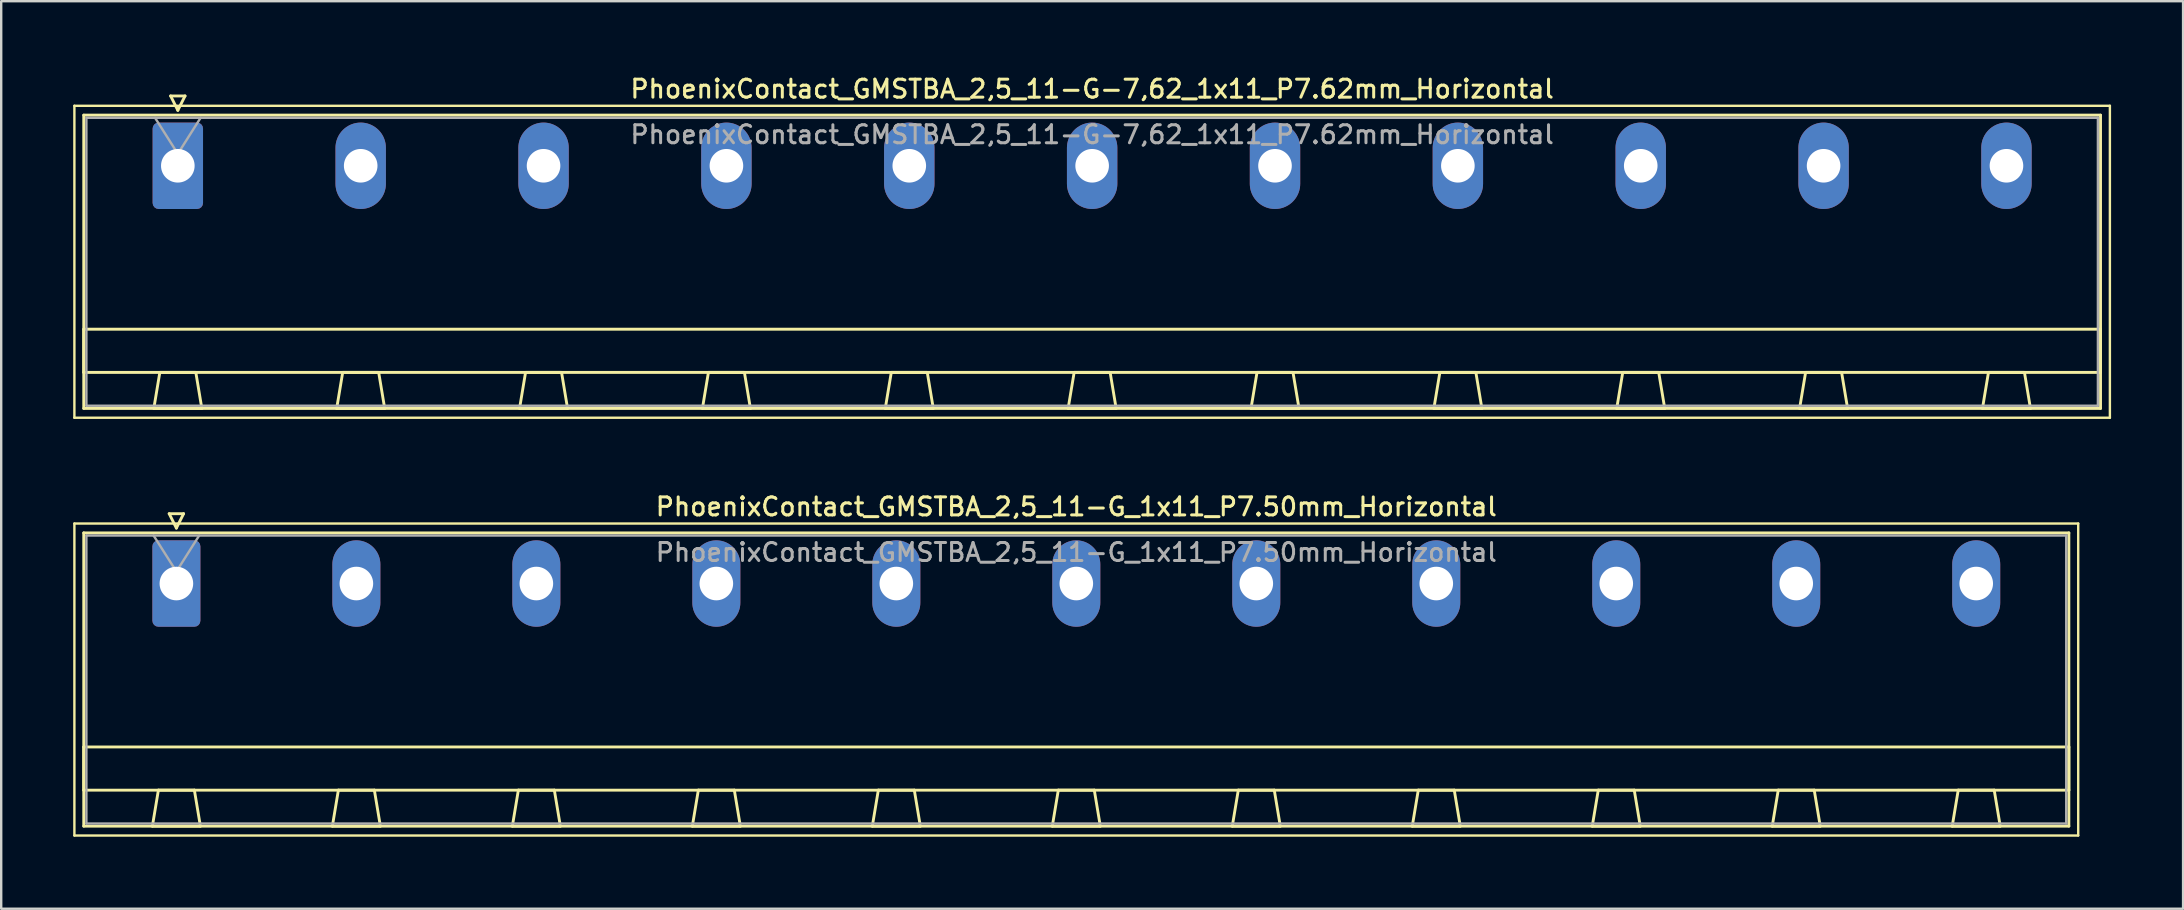
<source format=kicad_pcb>
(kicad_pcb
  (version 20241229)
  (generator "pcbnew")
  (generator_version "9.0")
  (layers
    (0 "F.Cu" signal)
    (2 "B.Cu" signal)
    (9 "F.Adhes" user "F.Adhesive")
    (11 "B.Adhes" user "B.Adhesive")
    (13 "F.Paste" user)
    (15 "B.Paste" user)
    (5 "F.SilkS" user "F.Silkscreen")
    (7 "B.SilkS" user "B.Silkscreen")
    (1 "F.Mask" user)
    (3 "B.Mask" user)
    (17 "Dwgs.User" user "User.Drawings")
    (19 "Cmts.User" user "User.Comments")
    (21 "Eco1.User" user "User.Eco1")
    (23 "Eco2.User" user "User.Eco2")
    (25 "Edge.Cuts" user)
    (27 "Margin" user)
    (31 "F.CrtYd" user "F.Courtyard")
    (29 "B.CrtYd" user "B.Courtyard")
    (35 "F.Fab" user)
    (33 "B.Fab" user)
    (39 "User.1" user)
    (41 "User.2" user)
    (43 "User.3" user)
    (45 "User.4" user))
  (footprint "PhoenixContact_GMSTBA_2,5_11-G_1x11_P7.50mm_Horizontal"
    (layer "F.Cu")
    (at 4.3 21.266)
    (property "Reference" "PhoenixContact_GMSTBA_2,5_11-G_1x11_P7.50mm_Horizontal" (at 37.5 -3.2 0) (layer "F.SilkS") (effects (font (size 0.75 0.75) (thickness 0.125))))
    (attr through_hole)
    (fp_line (start -4.25 -2.5) (end -4.25 10.5) (stroke (width 0.1) (type solid)) (layer "F.SilkS"))
    (fp_line (start -4.25 10.5) (end 79.25 10.5) (stroke (width 0.1) (type solid)) (layer "F.SilkS"))
    (fp_line (start -3.86 -2.11) (end -3.86 10.11) (stroke (width 0.12) (type solid)) (layer "F.SilkS"))
    (fp_line (start -3.86 6.81) (end 78.86 6.81) (stroke (width 0.12) (type solid)) (layer "F.SilkS"))
    (fp_line (start -3.86 8.61) (end -3.86 6.81) (stroke (width 0.12) (type solid)) (layer "F.SilkS"))
    (fp_line (start -3.86 10.11) (end 78.86 10.11) (stroke (width 0.12) (type solid)) (layer "F.SilkS"))
    (fp_line (start -1 10.11) (end 1 10.11) (stroke (width 0.12) (type solid)) (layer "F.SilkS"))
    (fp_line (start -0.75 8.61) (end -1 10.11) (stroke (width 0.12) (type solid)) (layer "F.SilkS"))
    (fp_line (start -0.3 -2.91) (end 0.3 -2.91) (stroke (width 0.12) (type solid)) (layer "F.SilkS"))
    (fp_line (start 0 -2.31) (end -0.3 -2.91) (stroke (width 0.12) (type solid)) (layer "F.SilkS"))
    (fp_line (start 0.3 -2.91) (end 0 -2.31) (stroke (width 0.12) (type solid)) (layer "F.SilkS"))
    (fp_line (start 0.75 8.61) (end -0.75 8.61) (stroke (width 0.12) (type solid)) (layer "F.SilkS"))
    (fp_line (start 1 10.11) (end 0.75 8.61) (stroke (width 0.12) (type solid)) (layer "F.SilkS"))
    (fp_line (start 6.5 10.11) (end 8.5 10.11) (stroke (width 0.12) (type solid)) (layer "F.SilkS"))
    (fp_line (start 6.75 8.61) (end 6.5 10.11) (stroke (width 0.12) (type solid)) (layer "F.SilkS"))
    (fp_line (start 8.25 8.61) (end 6.75 8.61) (stroke (width 0.12) (type solid)) (layer "F.SilkS"))
    (fp_line (start 8.5 10.11) (end 8.25 8.61) (stroke (width 0.12) (type solid)) (layer "F.SilkS"))
    (fp_line (start 14 10.11) (end 16 10.11) (stroke (width 0.12) (type solid)) (layer "F.SilkS"))
    (fp_line (start 14.25 8.61) (end 14 10.11) (stroke (width 0.12) (type solid)) (layer "F.SilkS"))
    (fp_line (start 15.75 8.61) (end 14.25 8.61) (stroke (width 0.12) (type solid)) (layer "F.SilkS"))
    (fp_line (start 16 10.11) (end 15.75 8.61) (stroke (width 0.12) (type solid)) (layer "F.SilkS"))
    (fp_line (start 21.5 10.11) (end 23.5 10.11) (stroke (width 0.12) (type solid)) (layer "F.SilkS"))
    (fp_line (start 21.75 8.61) (end 21.5 10.11) (stroke (width 0.12) (type solid)) (layer "F.SilkS"))
    (fp_line (start 23.25 8.61) (end 21.75 8.61) (stroke (width 0.12) (type solid)) (layer "F.SilkS"))
    (fp_line (start 23.5 10.11) (end 23.25 8.61) (stroke (width 0.12) (type solid)) (layer "F.SilkS"))
    (fp_line (start 29 10.11) (end 31 10.11) (stroke (width 0.12) (type solid)) (layer "F.SilkS"))
    (fp_line (start 29.25 8.61) (end 29 10.11) (stroke (width 0.12) (type solid)) (layer "F.SilkS"))
    (fp_line (start 30.75 8.61) (end 29.25 8.61) (stroke (width 0.12) (type solid)) (layer "F.SilkS"))
    (fp_line (start 31 10.11) (end 30.75 8.61) (stroke (width 0.12) (type solid)) (layer "F.SilkS"))
    (fp_line (start 36.5 10.11) (end 38.5 10.11) (stroke (width 0.12) (type solid)) (layer "F.SilkS"))
    (fp_line (start 36.75 8.61) (end 36.5 10.11) (stroke (width 0.12) (type solid)) (layer "F.SilkS"))
    (fp_line (start 38.25 8.61) (end 36.75 8.61) (stroke (width 0.12) (type solid)) (layer "F.SilkS"))
    (fp_line (start 38.5 10.11) (end 38.25 8.61) (stroke (width 0.12) (type solid)) (layer "F.SilkS"))
    (fp_line (start 44 10.11) (end 46 10.11) (stroke (width 0.12) (type solid)) (layer "F.SilkS"))
    (fp_line (start 44.25 8.61) (end 44 10.11) (stroke (width 0.12) (type solid)) (layer "F.SilkS"))
    (fp_line (start 45.75 8.61) (end 44.25 8.61) (stroke (width 0.12) (type solid)) (layer "F.SilkS"))
    (fp_line (start 46 10.11) (end 45.75 8.61) (stroke (width 0.12) (type solid)) (layer "F.SilkS"))
    (fp_line (start 51.5 10.11) (end 53.5 10.11) (stroke (width 0.12) (type solid)) (layer "F.SilkS"))
    (fp_line (start 51.75 8.61) (end 51.5 10.11) (stroke (width 0.12) (type solid)) (layer "F.SilkS"))
    (fp_line (start 53.25 8.61) (end 51.75 8.61) (stroke (width 0.12) (type solid)) (layer "F.SilkS"))
    (fp_line (start 53.5 10.11) (end 53.25 8.61) (stroke (width 0.12) (type solid)) (layer "F.SilkS"))
    (fp_line (start 59 10.11) (end 61 10.11) (stroke (width 0.12) (type solid)) (layer "F.SilkS"))
    (fp_line (start 59.25 8.61) (end 59 10.11) (stroke (width 0.12) (type solid)) (layer "F.SilkS"))
    (fp_line (start 60.75 8.61) (end 59.25 8.61) (stroke (width 0.12) (type solid)) (layer "F.SilkS"))
    (fp_line (start 61 10.11) (end 60.75 8.61) (stroke (width 0.12) (type solid)) (layer "F.SilkS"))
    (fp_line (start 66.5 10.11) (end 68.5 10.11) (stroke (width 0.12) (type solid)) (layer "F.SilkS"))
    (fp_line (start 66.75 8.61) (end 66.5 10.11) (stroke (width 0.12) (type solid)) (layer "F.SilkS"))
    (fp_line (start 68.25 8.61) (end 66.75 8.61) (stroke (width 0.12) (type solid)) (layer "F.SilkS"))
    (fp_line (start 68.5 10.11) (end 68.25 8.61) (stroke (width 0.12) (type solid)) (layer "F.SilkS"))
    (fp_line (start 74 10.11) (end 76 10.11) (stroke (width 0.12) (type solid)) (layer "F.SilkS"))
    (fp_line (start 74.25 8.61) (end 74 10.11) (stroke (width 0.12) (type solid)) (layer "F.SilkS"))
    (fp_line (start 75.75 8.61) (end 74.25 8.61) (stroke (width 0.12) (type solid)) (layer "F.SilkS"))
    (fp_line (start 76 10.11) (end 75.75 8.61) (stroke (width 0.12) (type solid)) (layer "F.SilkS"))
    (fp_line (start 78.86 -2.11) (end -3.86 -2.11) (stroke (width 0.12) (type solid)) (layer "F.SilkS"))
    (fp_line (start 78.86 6.81) (end 78.86 8.61) (stroke (width 0.12) (type solid)) (layer "F.SilkS"))
    (fp_line (start 78.86 8.61) (end -3.86 8.61) (stroke (width 0.12) (type solid)) (layer "F.SilkS"))
    (fp_line (start 78.86 10.11) (end 78.86 -2.11) (stroke (width 0.12) (type solid)) (layer "F.SilkS"))
    (fp_line (start 79.25 -2.5) (end -4.25 -2.5) (stroke (width 0.1) (type solid)) (layer "F.SilkS"))
    (fp_line (start 79.25 10.5) (end 79.25 -2.5) (stroke (width 0.1) (type solid)) (layer "F.SilkS"))
    (fp_line (start -3.75 -2) (end -3.75 10) (stroke (width 0.1) (type solid)) (layer "F.Fab"))
    (fp_line (start -3.75 10) (end 78.75 10) (stroke (width 0.1) (type solid)) (layer "F.Fab"))
    (fp_line (start 0 -0.5) (end -0.95 -2) (stroke (width 0.1) (type solid)) (layer "F.Fab"))
    (fp_line (start 0.95 -2) (end 0 -0.5) (stroke (width 0.1) (type solid)) (layer "F.Fab"))
    (fp_line (start 78.75 -2) (end -3.75 -2) (stroke (width 0.1) (type solid)) (layer "F.Fab"))
    (fp_line (start 78.75 10) (end 78.75 -2) (stroke (width 0.1) (type solid)) (layer "F.Fab"))
    (fp_text user "${REFERENCE}" (at 37.5 -1.3 0) (layer "F.Fab") (effects (font (size 0.75 0.75) (thickness 0.125))))
    (pad "1" thru_hole roundrect (at 0 0) (size 2 3.6) (drill 1.4) (layers "*.Cu" "*.Mask") (roundrect_rratio 0.125))
    (pad "2" thru_hole oval (at 7.5 0) (size 2 3.6) (drill 1.4) (layers "*.Cu" "*.Mask"))
    (pad "3" thru_hole oval (at 15 0) (size 2 3.6) (drill 1.4) (layers "*.Cu" "*.Mask"))
    (pad "4" thru_hole oval (at 22.5 0) (size 2 3.6) (drill 1.4) (layers "*.Cu" "*.Mask"))
    (pad "5" thru_hole oval (at 30 0) (size 2 3.6) (drill 1.4) (layers "*.Cu" "*.Mask"))
    (pad "6" thru_hole oval (at 37.5 0) (size 2 3.6) (drill 1.4) (layers "*.Cu" "*.Mask"))
    (pad "7" thru_hole oval (at 45 0) (size 2 3.6) (drill 1.4) (layers "*.Cu" "*.Mask"))
    (pad "8" thru_hole oval (at 52.5 0) (size 2 3.6) (drill 1.4) (layers "*.Cu" "*.Mask"))
    (pad "9" thru_hole oval (at 60 0) (size 2 3.6) (drill 1.4) (layers "*.Cu" "*.Mask"))
    (pad "10" thru_hole oval (at 67.5 0) (size 2 3.6) (drill 1.4) (layers "*.Cu" "*.Mask"))
    (pad "11" thru_hole oval (at 75 0) (size 2 3.6) (drill 1.4) (layers "*.Cu" "*.Mask")))
  (footprint "PhoenixContact_GMSTBA_2,5_11-G-7,62_1x11_P7.62mm_Horizontal"
    (layer "F.Cu")
    (at 4.36 3.858)
    (property "Reference" "PhoenixContact_GMSTBA_2,5_11-G-7,62_1x11_P7.62mm_Horizontal" (at 38.1 -3.2 0) (layer "F.SilkS") (effects (font (size 0.75 0.75) (thickness 0.125))))
    (attr through_hole)
    (fp_line (start -4.31 -2.5) (end -4.31 10.5) (stroke (width 0.1) (type solid)) (layer "F.SilkS"))
    (fp_line (start -4.31 10.5) (end 80.51 10.5) (stroke (width 0.1) (type solid)) (layer "F.SilkS"))
    (fp_line (start -3.92 -2.11) (end -3.92 10.11) (stroke (width 0.12) (type solid)) (layer "F.SilkS"))
    (fp_line (start -3.92 6.81) (end 80.12 6.81) (stroke (width 0.12) (type solid)) (layer "F.SilkS"))
    (fp_line (start -3.92 8.61) (end -3.92 6.81) (stroke (width 0.12) (type solid)) (layer "F.SilkS"))
    (fp_line (start -3.92 10.11) (end 80.12 10.11) (stroke (width 0.12) (type solid)) (layer "F.SilkS"))
    (fp_line (start -1 10.11) (end 1 10.11) (stroke (width 0.12) (type solid)) (layer "F.SilkS"))
    (fp_line (start -0.75 8.61) (end -1 10.11) (stroke (width 0.12) (type solid)) (layer "F.SilkS"))
    (fp_line (start -0.3 -2.91) (end 0.3 -2.91) (stroke (width 0.12) (type solid)) (layer "F.SilkS"))
    (fp_line (start 0 -2.31) (end -0.3 -2.91) (stroke (width 0.12) (type solid)) (layer "F.SilkS"))
    (fp_line (start 0.3 -2.91) (end 0 -2.31) (stroke (width 0.12) (type solid)) (layer "F.SilkS"))
    (fp_line (start 0.75 8.61) (end -0.75 8.61) (stroke (width 0.12) (type solid)) (layer "F.SilkS"))
    (fp_line (start 1 10.11) (end 0.75 8.61) (stroke (width 0.12) (type solid)) (layer "F.SilkS"))
    (fp_line (start 6.62 10.11) (end 8.62 10.11) (stroke (width 0.12) (type solid)) (layer "F.SilkS"))
    (fp_line (start 6.87 8.61) (end 6.62 10.11) (stroke (width 0.12) (type solid)) (layer "F.SilkS"))
    (fp_line (start 8.37 8.61) (end 6.87 8.61) (stroke (width 0.12) (type solid)) (layer "F.SilkS"))
    (fp_line (start 8.62 10.11) (end 8.37 8.61) (stroke (width 0.12) (type solid)) (layer "F.SilkS"))
    (fp_line (start 14.24 10.11) (end 16.24 10.11) (stroke (width 0.12) (type solid)) (layer "F.SilkS"))
    (fp_line (start 14.49 8.61) (end 14.24 10.11) (stroke (width 0.12) (type solid)) (layer "F.SilkS"))
    (fp_line (start 15.99 8.61) (end 14.49 8.61) (stroke (width 0.12) (type solid)) (layer "F.SilkS"))
    (fp_line (start 16.24 10.11) (end 15.99 8.61) (stroke (width 0.12) (type solid)) (layer "F.SilkS"))
    (fp_line (start 21.86 10.11) (end 23.86 10.11) (stroke (width 0.12) (type solid)) (layer "F.SilkS"))
    (fp_line (start 22.11 8.61) (end 21.86 10.11) (stroke (width 0.12) (type solid)) (layer "F.SilkS"))
    (fp_line (start 23.61 8.61) (end 22.11 8.61) (stroke (width 0.12) (type solid)) (layer "F.SilkS"))
    (fp_line (start 23.86 10.11) (end 23.61 8.61) (stroke (width 0.12) (type solid)) (layer "F.SilkS"))
    (fp_line (start 29.48 10.11) (end 31.48 10.11) (stroke (width 0.12) (type solid)) (layer "F.SilkS"))
    (fp_line (start 29.73 8.61) (end 29.48 10.11) (stroke (width 0.12) (type solid)) (layer "F.SilkS"))
    (fp_line (start 31.23 8.61) (end 29.73 8.61) (stroke (width 0.12) (type solid)) (layer "F.SilkS"))
    (fp_line (start 31.48 10.11) (end 31.23 8.61) (stroke (width 0.12) (type solid)) (layer "F.SilkS"))
    (fp_line (start 37.1 10.11) (end 39.1 10.11) (stroke (width 0.12) (type solid)) (layer "F.SilkS"))
    (fp_line (start 37.35 8.61) (end 37.1 10.11) (stroke (width 0.12) (type solid)) (layer "F.SilkS"))
    (fp_line (start 38.85 8.61) (end 37.35 8.61) (stroke (width 0.12) (type solid)) (layer "F.SilkS"))
    (fp_line (start 39.1 10.11) (end 38.85 8.61) (stroke (width 0.12) (type solid)) (layer "F.SilkS"))
    (fp_line (start 44.72 10.11) (end 46.72 10.11) (stroke (width 0.12) (type solid)) (layer "F.SilkS"))
    (fp_line (start 44.97 8.61) (end 44.72 10.11) (stroke (width 0.12) (type solid)) (layer "F.SilkS"))
    (fp_line (start 46.47 8.61) (end 44.97 8.61) (stroke (width 0.12) (type solid)) (layer "F.SilkS"))
    (fp_line (start 46.72 10.11) (end 46.47 8.61) (stroke (width 0.12) (type solid)) (layer "F.SilkS"))
    (fp_line (start 52.34 10.11) (end 54.34 10.11) (stroke (width 0.12) (type solid)) (layer "F.SilkS"))
    (fp_line (start 52.59 8.61) (end 52.34 10.11) (stroke (width 0.12) (type solid)) (layer "F.SilkS"))
    (fp_line (start 54.09 8.61) (end 52.59 8.61) (stroke (width 0.12) (type solid)) (layer "F.SilkS"))
    (fp_line (start 54.34 10.11) (end 54.09 8.61) (stroke (width 0.12) (type solid)) (layer "F.SilkS"))
    (fp_line (start 59.96 10.11) (end 61.96 10.11) (stroke (width 0.12) (type solid)) (layer "F.SilkS"))
    (fp_line (start 60.21 8.61) (end 59.96 10.11) (stroke (width 0.12) (type solid)) (layer "F.SilkS"))
    (fp_line (start 61.71 8.61) (end 60.21 8.61) (stroke (width 0.12) (type solid)) (layer "F.SilkS"))
    (fp_line (start 61.96 10.11) (end 61.71 8.61) (stroke (width 0.12) (type solid)) (layer "F.SilkS"))
    (fp_line (start 67.58 10.11) (end 69.58 10.11) (stroke (width 0.12) (type solid)) (layer "F.SilkS"))
    (fp_line (start 67.83 8.61) (end 67.58 10.11) (stroke (width 0.12) (type solid)) (layer "F.SilkS"))
    (fp_line (start 69.33 8.61) (end 67.83 8.61) (stroke (width 0.12) (type solid)) (layer "F.SilkS"))
    (fp_line (start 69.58 10.11) (end 69.33 8.61) (stroke (width 0.12) (type solid)) (layer "F.SilkS"))
    (fp_line (start 75.2 10.11) (end 77.2 10.11) (stroke (width 0.12) (type solid)) (layer "F.SilkS"))
    (fp_line (start 75.45 8.61) (end 75.2 10.11) (stroke (width 0.12) (type solid)) (layer "F.SilkS"))
    (fp_line (start 76.95 8.61) (end 75.45 8.61) (stroke (width 0.12) (type solid)) (layer "F.SilkS"))
    (fp_line (start 77.2 10.11) (end 76.95 8.61) (stroke (width 0.12) (type solid)) (layer "F.SilkS"))
    (fp_line (start 80.12 -2.11) (end -3.92 -2.11) (stroke (width 0.12) (type solid)) (layer "F.SilkS"))
    (fp_line (start 80.12 6.81) (end 80.12 8.61) (stroke (width 0.12) (type solid)) (layer "F.SilkS"))
    (fp_line (start 80.12 8.61) (end -3.92 8.61) (stroke (width 0.12) (type solid)) (layer "F.SilkS"))
    (fp_line (start 80.12 10.11) (end 80.12 -2.11) (stroke (width 0.12) (type solid)) (layer "F.SilkS"))
    (fp_line (start 80.51 -2.5) (end -4.31 -2.5) (stroke (width 0.1) (type solid)) (layer "F.SilkS"))
    (fp_line (start 80.51 10.5) (end 80.51 -2.5) (stroke (width 0.1) (type solid)) (layer "F.SilkS"))
    (fp_line (start -3.81 -2) (end -3.81 10) (stroke (width 0.1) (type solid)) (layer "F.Fab"))
    (fp_line (start -3.81 10) (end 80.01 10) (stroke (width 0.1) (type solid)) (layer "F.Fab"))
    (fp_line (start 0 -0.5) (end -0.95 -2) (stroke (width 0.1) (type solid)) (layer "F.Fab"))
    (fp_line (start 0.95 -2) (end 0 -0.5) (stroke (width 0.1) (type solid)) (layer "F.Fab"))
    (fp_line (start 80.01 -2) (end -3.81 -2) (stroke (width 0.1) (type solid)) (layer "F.Fab"))
    (fp_line (start 80.01 10) (end 80.01 -2) (stroke (width 0.1) (type solid)) (layer "F.Fab"))
    (fp_text user "${REFERENCE}" (at 38.1 -1.3 0) (layer "F.Fab") (effects (font (size 0.75 0.75) (thickness 0.125))))
    (pad "1" thru_hole roundrect (at 0 0) (size 2.1 3.6) (drill 1.4) (layers "*.Cu" "*.Mask") (roundrect_rratio 0.119))
    (pad "2" thru_hole oval (at 7.62 0) (size 2.1 3.6) (drill 1.4) (layers "*.Cu" "*.Mask"))
    (pad "3" thru_hole oval (at 15.24 0) (size 2.1 3.6) (drill 1.4) (layers "*.Cu" "*.Mask"))
    (pad "4" thru_hole oval (at 22.86 0) (size 2.1 3.6) (drill 1.4) (layers "*.Cu" "*.Mask"))
    (pad "5" thru_hole oval (at 30.48 0) (size 2.1 3.6) (drill 1.4) (layers "*.Cu" "*.Mask"))
    (pad "6" thru_hole oval (at 38.1 0) (size 2.1 3.6) (drill 1.4) (layers "*.Cu" "*.Mask"))
    (pad "7" thru_hole oval (at 45.72 0) (size 2.1 3.6) (drill 1.4) (layers "*.Cu" "*.Mask"))
    (pad "8" thru_hole oval (at 53.34 0) (size 2.1 3.6) (drill 1.4) (layers "*.Cu" "*.Mask"))
    (pad "9" thru_hole oval (at 60.96 0) (size 2.1 3.6) (drill 1.4) (layers "*.Cu" "*.Mask"))
    (pad "10" thru_hole oval (at 68.58 0) (size 2.1 3.6) (drill 1.4) (layers "*.Cu" "*.Mask"))
    (pad "11" thru_hole oval (at 76.2 0) (size 2.1 3.6) (drill 1.4) (layers "*.Cu" "*.Mask")))
  (gr_rect
    (start -3 -3)
    (end 87.92 34.816)
    (stroke (width 0.1) (type default))
    (fill no)
    (layer "Edge.Cuts")))
</source>
